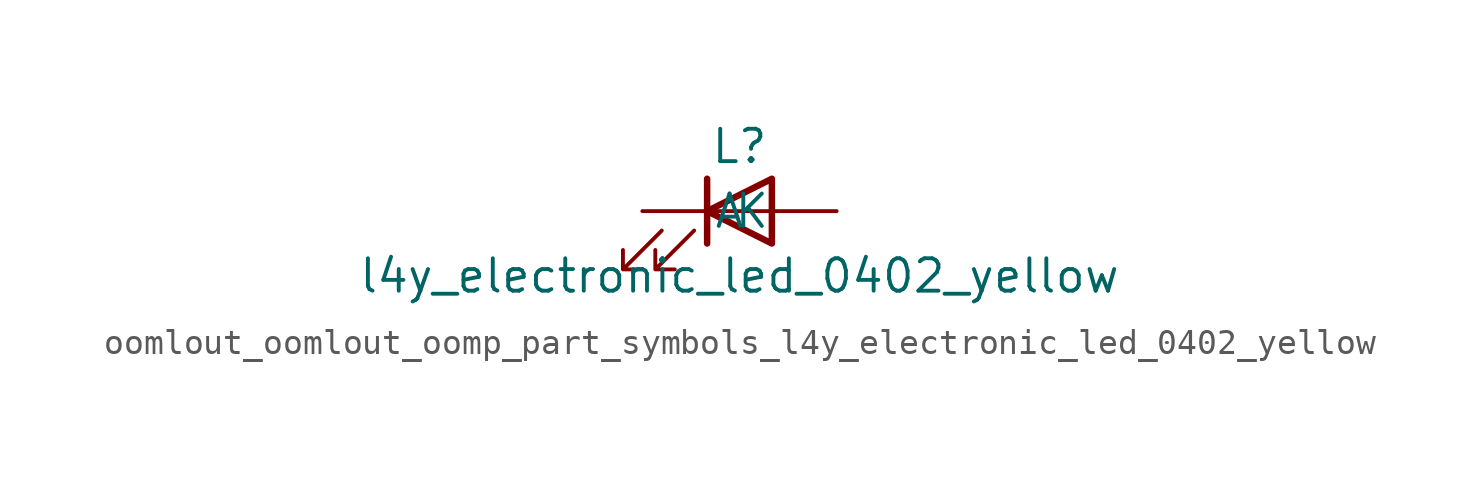
<source format=kicad_sym>
(kicad_symbol_lib
  (version 20220914)
  (generator kicad_symbol_editor)
  (symbol "oomlout_oomlout_oomp_part_symbols_l4y_electronic_led_0402_yellow"
    (pin_numbers hide)
    (pin_names
      (offset 1.016))
    (property "Reference" "L"
      (at 0 2.54 0)
      (effects (font (size 1.27 1.27))))
    (property "Value" "l4y_electronic_led_0402_yellow"
      (at 0 -2.54 0)
      (effects (font (size 1.27 1.27))))
    (symbol "oomlout_oomlout_oomp_part_symbols_l4y_electronic_led_0402_yellow_0_1"
      (polyline (pts (xy -1.27 -1.27) (xy -1.27 1.27)) (stroke (width 0.254) (type default)) (fill (type none)))
      (polyline (pts (xy -1.27 0) (xy 1.27 0)) (stroke (width 0) (type default)) (fill (type none)))
      (polyline (pts (xy 1.27 -1.27) (xy 1.27 1.27) (xy -1.27 0) (xy 1.27 -1.27)) (stroke (width 0.254) (type default)) (fill (type none)))
      (polyline (pts (xy -3.048 -0.762) (xy -4.572 -2.286) (xy -3.81 -2.286) (xy -4.572 -2.286) (xy -4.572 -1.524)) (stroke (width 0) (type default)) (fill (type none)))
      (polyline (pts (xy -1.778 -0.762) (xy -3.302 -2.286) (xy -2.54 -2.286) (xy -3.302 -2.286) (xy -3.302 -1.524)) (stroke (width 0) (type default)) (fill (type none))))
    (symbol "oomlout_oomlout_oomp_part_symbols_l4y_electronic_led_0402_yellow_1_1"
      (pin passive line (at -3.81 0 0) (length 2.54) (name "K" (effects (font (size 1.27 1.27)))) (number "1" (effects (font (size 1.27 1.27)))))
      (pin passive line (at 3.81 0 180) (length 2.54) (name "A" (effects (font (size 1.27 1.27)))) (number "2" (effects (font (size 1.27 1.27))))))))
</source>
